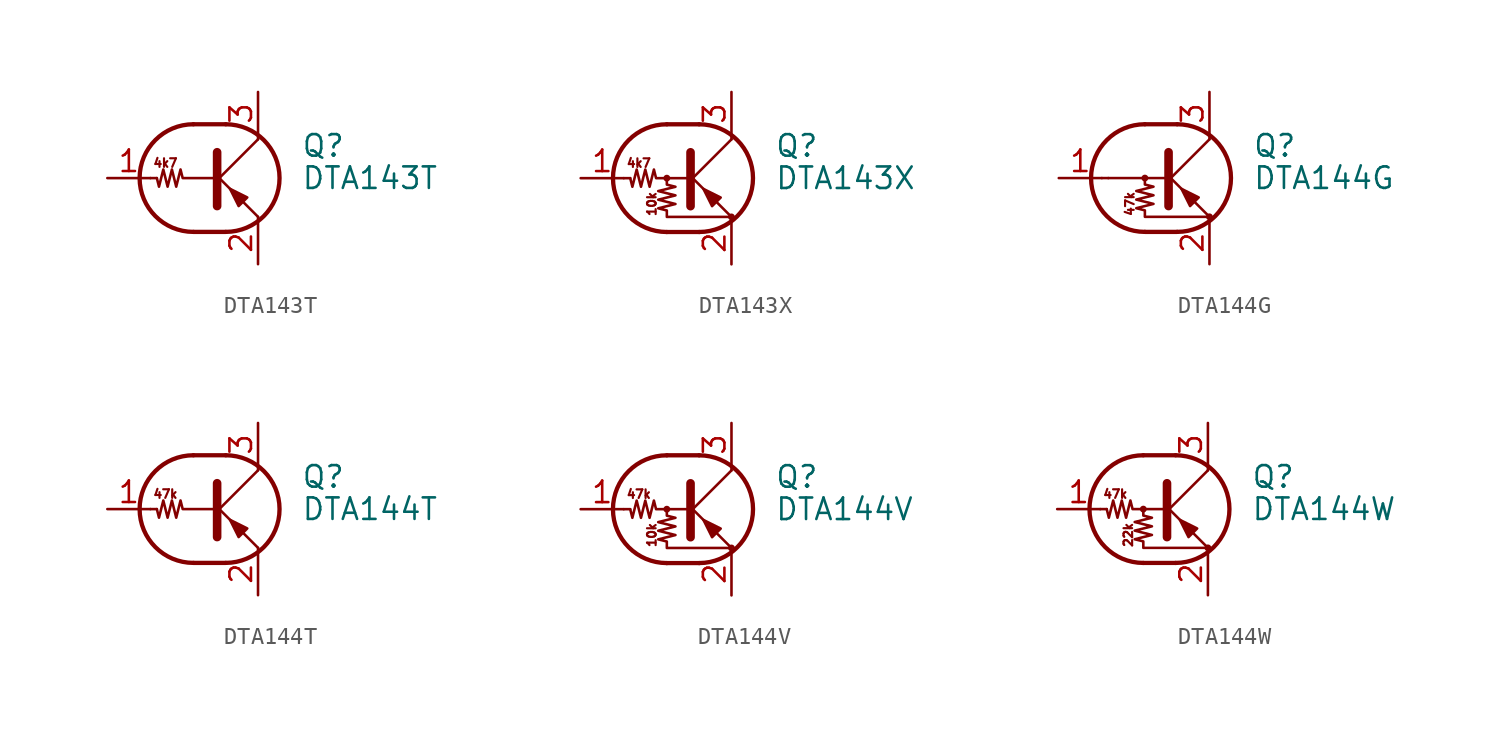
<source format=kicad_sym>
(kicad_symbol_lib
  (version 20211014)
  (generator kicad_symbol_editor)
  (symbol "DTA143T"
    (pin_names
      (offset 0) hide)
    (property "Reference" "Q"
      (at 5.08 1.905 0)
      (effects (font (size 1.27 1.27)) (justify left)))
    (property "Value" "DTA143T"
      (at 5.08 0 0)
      (effects (font (size 1.27 1.27)) (justify left)))
    (symbol "DTA143T_0_0"
      (polyline (pts (xy 2.54 -2.286) (xy 2.54 -2.54)) (stroke (width 0) (type default) (color 0 0 0 0)) (fill (type none)))
      (text "4k7" (at -2.921 0.889 0) (effects (font (size 0.508 0.508)))))
    (symbol "DTA143T_0_1"
      (arc (start -1.27 3.175) (mid -4.445 0) (end -1.27 -3.175) (stroke (width 0.254) (type default) (color 0 0 0 0)) (fill (type none)))
      (polyline (pts (xy -3.429 0) (xy -3.81 0)) (stroke (width 0) (type default) (color 0 0 0 0)) (fill (type none)))
      (polyline (pts (xy -1.27 -3.175) (xy 0.635 -3.175)) (stroke (width 0.254) (type default) (color 0 0 0 0)) (fill (type none)))
      (polyline (pts (xy -1.27 3.175) (xy 0.635 3.175)) (stroke (width 0.254) (type default) (color 0 0 0 0)) (fill (type none)))
      (polyline (pts (xy 0 -0.254) (xy 2.54 2.286)) (stroke (width 0) (type default) (color 0 0 0 0)) (fill (type none)))
      (polyline (pts (xy 0.127 1.524) (xy 0.127 -1.651)) (stroke (width 0.508) (type default) (color 0 0 0 0)) (fill (type outline)))
      (polyline (pts (xy 2.54 2.286) (xy 2.54 2.54)) (stroke (width 0) (type default) (color 0 0 0 0)) (fill (type none)))
      (polyline (pts (xy 2.54 -2.286) (xy 0 0.254) (xy 0 0.254)) (stroke (width 0) (type default) (color 0 0 0 0)) (fill (type none)))
      (polyline (pts (xy 1.397 -1.651) (xy 1.905 -1.143) (xy 0.889 -0.635) (xy 1.397 -1.651)) (stroke (width 0) (type default) (color 0 0 0 0)) (fill (type outline)))
      (polyline (pts (xy 0 0) (xy -1.905 0) (xy -2.032 0.508) (xy -2.286 -0.508) (xy -2.54 0.508) (xy -2.794 -0.508) (xy -3.048 0.508) (xy -3.302 -0.508) (xy -3.429 0)) (stroke (width 0) (type default) (color 0 0 0 0)) (fill (type none)))
      (arc (start 0.635 -3.175) (mid 3.81 0) (end 0.635 3.175) (stroke (width 0.254) (type default) (color 0 0 0 0)) (fill (type none))))
    (symbol "DTA143T_1_1"
      (pin input line (at -6.35 0 0) (length 2.54) (name "B" (effects (font (size 1.27 1.27)))) (number "1" (effects (font (size 1.27 1.27)))))
      (pin passive line (at 2.54 -5.08 90) (length 2.54) (name "E" (effects (font (size 1.27 1.27)))) (number "2" (effects (font (size 1.27 1.27)))))
      (pin passive line (at 2.54 5.08 270) (length 2.54) (name "C" (effects (font (size 1.27 1.27)))) (number "3" (effects (font (size 1.27 1.27)))))))
  (symbol "DTA143X"
    (pin_names
      (offset 0) hide)
    (property "Reference" "Q"
      (at 5.08 1.905 0)
      (effects (font (size 1.27 1.27)) (justify left)))
    (property "Value" "DTA143X"
      (at 5.08 0 0)
      (effects (font (size 1.27 1.27)) (justify left)))
    (symbol "DTA143X_0_0"
      (text "10k" (at -2.159 -1.524 900) (effects (font (size 0.508 0.508))))
      (text "4k7" (at -2.921 0.889 0) (effects (font (size 0.508 0.508)))))
    (symbol "DTA143X_0_1"
      (circle (center -1.27 0) (radius 0.127) (stroke (width 0) (type default) (color 0 0 0 0)) (fill (type none)))
      (arc (start -1.27 3.175) (mid -4.445 0) (end -1.27 -3.175) (stroke (width 0.254) (type default) (color 0 0 0 0)) (fill (type none)))
      (polyline (pts (xy -3.429 0) (xy -3.81 0)) (stroke (width 0) (type default) (color 0 0 0 0)) (fill (type none)))
      (polyline (pts (xy -1.27 -3.175) (xy 0.635 -3.175)) (stroke (width 0.254) (type default) (color 0 0 0 0)) (fill (type none)))
      (polyline (pts (xy -1.27 3.175) (xy 0.635 3.175)) (stroke (width 0.254) (type default) (color 0 0 0 0)) (fill (type none)))
      (polyline (pts (xy 0 -0.254) (xy 2.54 2.286)) (stroke (width 0) (type default) (color 0 0 0 0)) (fill (type none)))
      (polyline (pts (xy 0.127 1.524) (xy 0.127 -1.651)) (stroke (width 0.508) (type default) (color 0 0 0 0)) (fill (type outline)))
      (polyline (pts (xy 2.54 2.286) (xy 2.54 2.54)) (stroke (width 0) (type default) (color 0 0 0 0)) (fill (type none)))
      (polyline (pts (xy 2.54 -2.286) (xy 0 0.254) (xy 0 0.254)) (stroke (width 0) (type default) (color 0 0 0 0)) (fill (type none)))
      (polyline (pts (xy 1.397 -1.651) (xy 1.905 -1.143) (xy 0.889 -0.635) (xy 1.397 -1.651)) (stroke (width 0) (type default) (color 0 0 0 0)) (fill (type outline)))
      (polyline (pts (xy 0 0) (xy -1.905 0) (xy -2.032 0.508) (xy -2.286 -0.508) (xy -2.54 0.508) (xy -2.794 -0.508) (xy -3.048 0.508) (xy -3.302 -0.508) (xy -3.429 0)) (stroke (width 0) (type default) (color 0 0 0 0)) (fill (type none)))
      (polyline (pts (xy -1.27 0) (xy -1.27 -0.381) (xy -0.762 -0.508) (xy -1.778 -0.762) (xy -0.762 -1.016) (xy -1.778 -1.27) (xy -0.762 -1.524) (xy -1.778 -1.778) (xy -1.27 -1.905) (xy -1.27 -2.286) (xy 2.54 -2.286)) (stroke (width 0) (type default) (color 0 0 0 0)) (fill (type none)))
      (arc (start 0.635 -3.175) (mid 3.81 0) (end 0.635 3.175) (stroke (width 0.254) (type default) (color 0 0 0 0)) (fill (type none)))
      (circle (center 2.54 -2.286) (radius 0.127) (stroke (width 0) (type default) (color 0 0 0 0)) (fill (type none))))
    (symbol "DTA143X_1_1"
      (pin input line (at -6.35 0 0) (length 2.54) (name "B" (effects (font (size 1.27 1.27)))) (number "1" (effects (font (size 1.27 1.27)))))
      (pin passive line (at 2.54 -5.08 90) (length 2.54) (name "E" (effects (font (size 1.27 1.27)))) (number "2" (effects (font (size 1.27 1.27)))))
      (pin passive line (at 2.54 5.08 270) (length 2.54) (name "C" (effects (font (size 1.27 1.27)))) (number "3" (effects (font (size 1.27 1.27)))))))
  (symbol "DTA144G"
    (pin_names
      (offset 0) hide)
    (property "Reference" "Q"
      (at 5.08 1.905 0)
      (effects (font (size 1.27 1.27)) (justify left)))
    (property "Value" "DTA144G"
      (at 5.08 0 0)
      (effects (font (size 1.27 1.27)) (justify left)))
    (symbol "DTA144G_0_0"
      (polyline (pts (xy -3.429 0) (xy 0 0)) (stroke (width 0) (type default) (color 0 0 0 0)) (fill (type none)))
      (text "47k" (at -2.159 -1.524 900) (effects (font (size 0.508 0.508)))))
    (symbol "DTA144G_0_1"
      (circle (center -1.27 0) (radius 0.127) (stroke (width 0) (type default) (color 0 0 0 0)) (fill (type none)))
      (arc (start -1.27 3.175) (mid -4.445 0) (end -1.27 -3.175) (stroke (width 0.254) (type default) (color 0 0 0 0)) (fill (type none)))
      (polyline (pts (xy -3.429 0) (xy -3.81 0)) (stroke (width 0) (type default) (color 0 0 0 0)) (fill (type none)))
      (polyline (pts (xy -1.27 -3.175) (xy 0.635 -3.175)) (stroke (width 0.254) (type default) (color 0 0 0 0)) (fill (type none)))
      (polyline (pts (xy -1.27 3.175) (xy 0.635 3.175)) (stroke (width 0.254) (type default) (color 0 0 0 0)) (fill (type none)))
      (polyline (pts (xy 0 -0.254) (xy 2.54 2.286)) (stroke (width 0) (type default) (color 0 0 0 0)) (fill (type none)))
      (polyline (pts (xy 0.127 1.524) (xy 0.127 -1.651)) (stroke (width 0.508) (type default) (color 0 0 0 0)) (fill (type outline)))
      (polyline (pts (xy 2.54 2.286) (xy 2.54 2.54)) (stroke (width 0) (type default) (color 0 0 0 0)) (fill (type none)))
      (polyline (pts (xy 2.54 -2.286) (xy 0 0.254) (xy 0 0.254)) (stroke (width 0) (type default) (color 0 0 0 0)) (fill (type none)))
      (polyline (pts (xy 1.397 -1.651) (xy 1.905 -1.143) (xy 0.889 -0.635) (xy 1.397 -1.651)) (stroke (width 0) (type default) (color 0 0 0 0)) (fill (type outline)))
      (polyline (pts (xy -1.27 0) (xy -1.27 -0.381) (xy -0.762 -0.508) (xy -1.778 -0.762) (xy -0.762 -1.016) (xy -1.778 -1.27) (xy -0.762 -1.524) (xy -1.778 -1.778) (xy -1.27 -1.905) (xy -1.27 -2.286) (xy 2.54 -2.286)) (stroke (width 0) (type default) (color 0 0 0 0)) (fill (type none)))
      (arc (start 0.635 -3.175) (mid 3.81 0) (end 0.635 3.175) (stroke (width 0.254) (type default) (color 0 0 0 0)) (fill (type none)))
      (circle (center 2.54 -2.286) (radius 0.127) (stroke (width 0) (type default) (color 0 0 0 0)) (fill (type none))))
    (symbol "DTA144G_1_1"
      (pin input line (at -6.35 0 0) (length 2.54) (name "B" (effects (font (size 1.27 1.27)))) (number "1" (effects (font (size 1.27 1.27)))))
      (pin passive line (at 2.54 -5.08 90) (length 2.54) (name "E" (effects (font (size 1.27 1.27)))) (number "2" (effects (font (size 1.27 1.27)))))
      (pin passive line (at 2.54 5.08 270) (length 2.54) (name "C" (effects (font (size 1.27 1.27)))) (number "3" (effects (font (size 1.27 1.27)))))))
  (symbol "DTA144T"
    (pin_names
      (offset 0) hide)
    (property "Reference" "Q"
      (at 5.08 1.905 0)
      (effects (font (size 1.27 1.27)) (justify left)))
    (property "Value" "DTA144T"
      (at 5.08 0 0)
      (effects (font (size 1.27 1.27)) (justify left)))
    (symbol "DTA144T_0_0"
      (polyline (pts (xy 2.54 -2.286) (xy 2.54 -2.54)) (stroke (width 0) (type default) (color 0 0 0 0)) (fill (type none)))
      (text "47k" (at -2.921 0.889 0) (effects (font (size 0.508 0.508)))))
    (symbol "DTA144T_0_1"
      (arc (start -1.27 3.175) (mid -4.445 0) (end -1.27 -3.175) (stroke (width 0.254) (type default) (color 0 0 0 0)) (fill (type none)))
      (polyline (pts (xy -3.429 0) (xy -3.81 0)) (stroke (width 0) (type default) (color 0 0 0 0)) (fill (type none)))
      (polyline (pts (xy -1.27 -3.175) (xy 0.635 -3.175)) (stroke (width 0.254) (type default) (color 0 0 0 0)) (fill (type none)))
      (polyline (pts (xy -1.27 3.175) (xy 0.635 3.175)) (stroke (width 0.254) (type default) (color 0 0 0 0)) (fill (type none)))
      (polyline (pts (xy 0 -0.254) (xy 2.54 2.286)) (stroke (width 0) (type default) (color 0 0 0 0)) (fill (type none)))
      (polyline (pts (xy 0.127 1.524) (xy 0.127 -1.651)) (stroke (width 0.508) (type default) (color 0 0 0 0)) (fill (type outline)))
      (polyline (pts (xy 2.54 2.286) (xy 2.54 2.54)) (stroke (width 0) (type default) (color 0 0 0 0)) (fill (type none)))
      (polyline (pts (xy 2.54 -2.286) (xy 0 0.254) (xy 0 0.254)) (stroke (width 0) (type default) (color 0 0 0 0)) (fill (type none)))
      (polyline (pts (xy 1.397 -1.651) (xy 1.905 -1.143) (xy 0.889 -0.635) (xy 1.397 -1.651)) (stroke (width 0) (type default) (color 0 0 0 0)) (fill (type outline)))
      (polyline (pts (xy 0 0) (xy -1.905 0) (xy -2.032 0.508) (xy -2.286 -0.508) (xy -2.54 0.508) (xy -2.794 -0.508) (xy -3.048 0.508) (xy -3.302 -0.508) (xy -3.429 0)) (stroke (width 0) (type default) (color 0 0 0 0)) (fill (type none)))
      (arc (start 0.635 -3.175) (mid 3.81 0) (end 0.635 3.175) (stroke (width 0.254) (type default) (color 0 0 0 0)) (fill (type none))))
    (symbol "DTA144T_1_1"
      (pin input line (at -6.35 0 0) (length 2.54) (name "B" (effects (font (size 1.27 1.27)))) (number "1" (effects (font (size 1.27 1.27)))))
      (pin passive line (at 2.54 -5.08 90) (length 2.54) (name "E" (effects (font (size 1.27 1.27)))) (number "2" (effects (font (size 1.27 1.27)))))
      (pin passive line (at 2.54 5.08 270) (length 2.54) (name "C" (effects (font (size 1.27 1.27)))) (number "3" (effects (font (size 1.27 1.27)))))))
  (symbol "DTA144V"
    (pin_names
      (offset 0) hide)
    (property "Reference" "Q"
      (at 5.08 1.905 0)
      (effects (font (size 1.27 1.27)) (justify left)))
    (property "Value" "DTA144V"
      (at 5.08 0 0)
      (effects (font (size 1.27 1.27)) (justify left)))
    (symbol "DTA144V_0_0"
      (text "10k" (at -2.159 -1.524 900) (effects (font (size 0.508 0.508))))
      (text "47k" (at -2.921 0.889 0) (effects (font (size 0.508 0.508)))))
    (symbol "DTA144V_0_1"
      (circle (center -1.27 0) (radius 0.127) (stroke (width 0) (type default) (color 0 0 0 0)) (fill (type none)))
      (arc (start -1.27 3.175) (mid -4.445 0) (end -1.27 -3.175) (stroke (width 0.254) (type default) (color 0 0 0 0)) (fill (type none)))
      (polyline (pts (xy -3.429 0) (xy -3.81 0)) (stroke (width 0) (type default) (color 0 0 0 0)) (fill (type none)))
      (polyline (pts (xy -1.27 -3.175) (xy 0.635 -3.175)) (stroke (width 0.254) (type default) (color 0 0 0 0)) (fill (type none)))
      (polyline (pts (xy -1.27 3.175) (xy 0.635 3.175)) (stroke (width 0.254) (type default) (color 0 0 0 0)) (fill (type none)))
      (polyline (pts (xy 0 -0.254) (xy 2.54 2.286)) (stroke (width 0) (type default) (color 0 0 0 0)) (fill (type none)))
      (polyline (pts (xy 0.127 1.524) (xy 0.127 -1.651)) (stroke (width 0.508) (type default) (color 0 0 0 0)) (fill (type outline)))
      (polyline (pts (xy 2.54 2.286) (xy 2.54 2.54)) (stroke (width 0) (type default) (color 0 0 0 0)) (fill (type none)))
      (polyline (pts (xy 2.54 -2.286) (xy 0 0.254) (xy 0 0.254)) (stroke (width 0) (type default) (color 0 0 0 0)) (fill (type none)))
      (polyline (pts (xy 1.397 -1.651) (xy 1.905 -1.143) (xy 0.889 -0.635) (xy 1.397 -1.651)) (stroke (width 0) (type default) (color 0 0 0 0)) (fill (type outline)))
      (polyline (pts (xy 0 0) (xy -1.905 0) (xy -2.032 0.508) (xy -2.286 -0.508) (xy -2.54 0.508) (xy -2.794 -0.508) (xy -3.048 0.508) (xy -3.302 -0.508) (xy -3.429 0)) (stroke (width 0) (type default) (color 0 0 0 0)) (fill (type none)))
      (polyline (pts (xy -1.27 0) (xy -1.27 -0.381) (xy -0.762 -0.508) (xy -1.778 -0.762) (xy -0.762 -1.016) (xy -1.778 -1.27) (xy -0.762 -1.524) (xy -1.778 -1.778) (xy -1.27 -1.905) (xy -1.27 -2.286) (xy 2.54 -2.286)) (stroke (width 0) (type default) (color 0 0 0 0)) (fill (type none)))
      (arc (start 0.635 -3.175) (mid 3.81 0) (end 0.635 3.175) (stroke (width 0.254) (type default) (color 0 0 0 0)) (fill (type none)))
      (circle (center 2.54 -2.286) (radius 0.127) (stroke (width 0) (type default) (color 0 0 0 0)) (fill (type none))))
    (symbol "DTA144V_1_1"
      (pin input line (at -6.35 0 0) (length 2.54) (name "B" (effects (font (size 1.27 1.27)))) (number "1" (effects (font (size 1.27 1.27)))))
      (pin passive line (at 2.54 -5.08 90) (length 2.54) (name "E" (effects (font (size 1.27 1.27)))) (number "2" (effects (font (size 1.27 1.27)))))
      (pin passive line (at 2.54 5.08 270) (length 2.54) (name "C" (effects (font (size 1.27 1.27)))) (number "3" (effects (font (size 1.27 1.27)))))))
  (symbol "DTA144W"
    (pin_names
      (offset 0) hide)
    (property "Reference" "Q"
      (at 5.08 1.905 0)
      (effects (font (size 1.27 1.27)) (justify left)))
    (property "Value" "DTA144W"
      (at 5.08 0 0)
      (effects (font (size 1.27 1.27)) (justify left)))
    (symbol "DTA144W_0_0"
      (text "22k" (at -2.159 -1.524 900) (effects (font (size 0.508 0.508))))
      (text "47k" (at -2.921 0.889 0) (effects (font (size 0.508 0.508)))))
    (symbol "DTA144W_0_1"
      (circle (center -1.27 0) (radius 0.127) (stroke (width 0) (type default) (color 0 0 0 0)) (fill (type none)))
      (arc (start -1.27 3.175) (mid -4.445 0) (end -1.27 -3.175) (stroke (width 0.254) (type default) (color 0 0 0 0)) (fill (type none)))
      (polyline (pts (xy -3.429 0) (xy -3.81 0)) (stroke (width 0) (type default) (color 0 0 0 0)) (fill (type none)))
      (polyline (pts (xy -1.27 -3.175) (xy 0.635 -3.175)) (stroke (width 0.254) (type default) (color 0 0 0 0)) (fill (type none)))
      (polyline (pts (xy -1.27 3.175) (xy 0.635 3.175)) (stroke (width 0.254) (type default) (color 0 0 0 0)) (fill (type none)))
      (polyline (pts (xy 0 -0.254) (xy 2.54 2.286)) (stroke (width 0) (type default) (color 0 0 0 0)) (fill (type none)))
      (polyline (pts (xy 0.127 1.524) (xy 0.127 -1.651)) (stroke (width 0.508) (type default) (color 0 0 0 0)) (fill (type outline)))
      (polyline (pts (xy 2.54 2.286) (xy 2.54 2.54)) (stroke (width 0) (type default) (color 0 0 0 0)) (fill (type none)))
      (polyline (pts (xy 2.54 -2.286) (xy 0 0.254) (xy 0 0.254)) (stroke (width 0) (type default) (color 0 0 0 0)) (fill (type none)))
      (polyline (pts (xy 1.397 -1.651) (xy 1.905 -1.143) (xy 0.889 -0.635) (xy 1.397 -1.651)) (stroke (width 0) (type default) (color 0 0 0 0)) (fill (type outline)))
      (polyline (pts (xy 0 0) (xy -1.905 0) (xy -2.032 0.508) (xy -2.286 -0.508) (xy -2.54 0.508) (xy -2.794 -0.508) (xy -3.048 0.508) (xy -3.302 -0.508) (xy -3.429 0)) (stroke (width 0) (type default) (color 0 0 0 0)) (fill (type none)))
      (polyline (pts (xy -1.27 0) (xy -1.27 -0.381) (xy -0.762 -0.508) (xy -1.778 -0.762) (xy -0.762 -1.016) (xy -1.778 -1.27) (xy -0.762 -1.524) (xy -1.778 -1.778) (xy -1.27 -1.905) (xy -1.27 -2.286) (xy 2.54 -2.286)) (stroke (width 0) (type default) (color 0 0 0 0)) (fill (type none)))
      (arc (start 0.635 -3.175) (mid 3.81 0) (end 0.635 3.175) (stroke (width 0.254) (type default) (color 0 0 0 0)) (fill (type none)))
      (circle (center 2.54 -2.286) (radius 0.127) (stroke (width 0) (type default) (color 0 0 0 0)) (fill (type none))))
    (symbol "DTA144W_1_1"
      (pin input line (at -6.35 0 0) (length 2.54) (name "B" (effects (font (size 1.27 1.27)))) (number "1" (effects (font (size 1.27 1.27)))))
      (pin passive line (at 2.54 -5.08 90) (length 2.54) (name "E" (effects (font (size 1.27 1.27)))) (number "2" (effects (font (size 1.27 1.27)))))
      (pin passive line (at 2.54 5.08 270) (length 2.54) (name "C" (effects (font (size 1.27 1.27)))) (number "3" (effects (font (size 1.27 1.27))))))))
</source>
